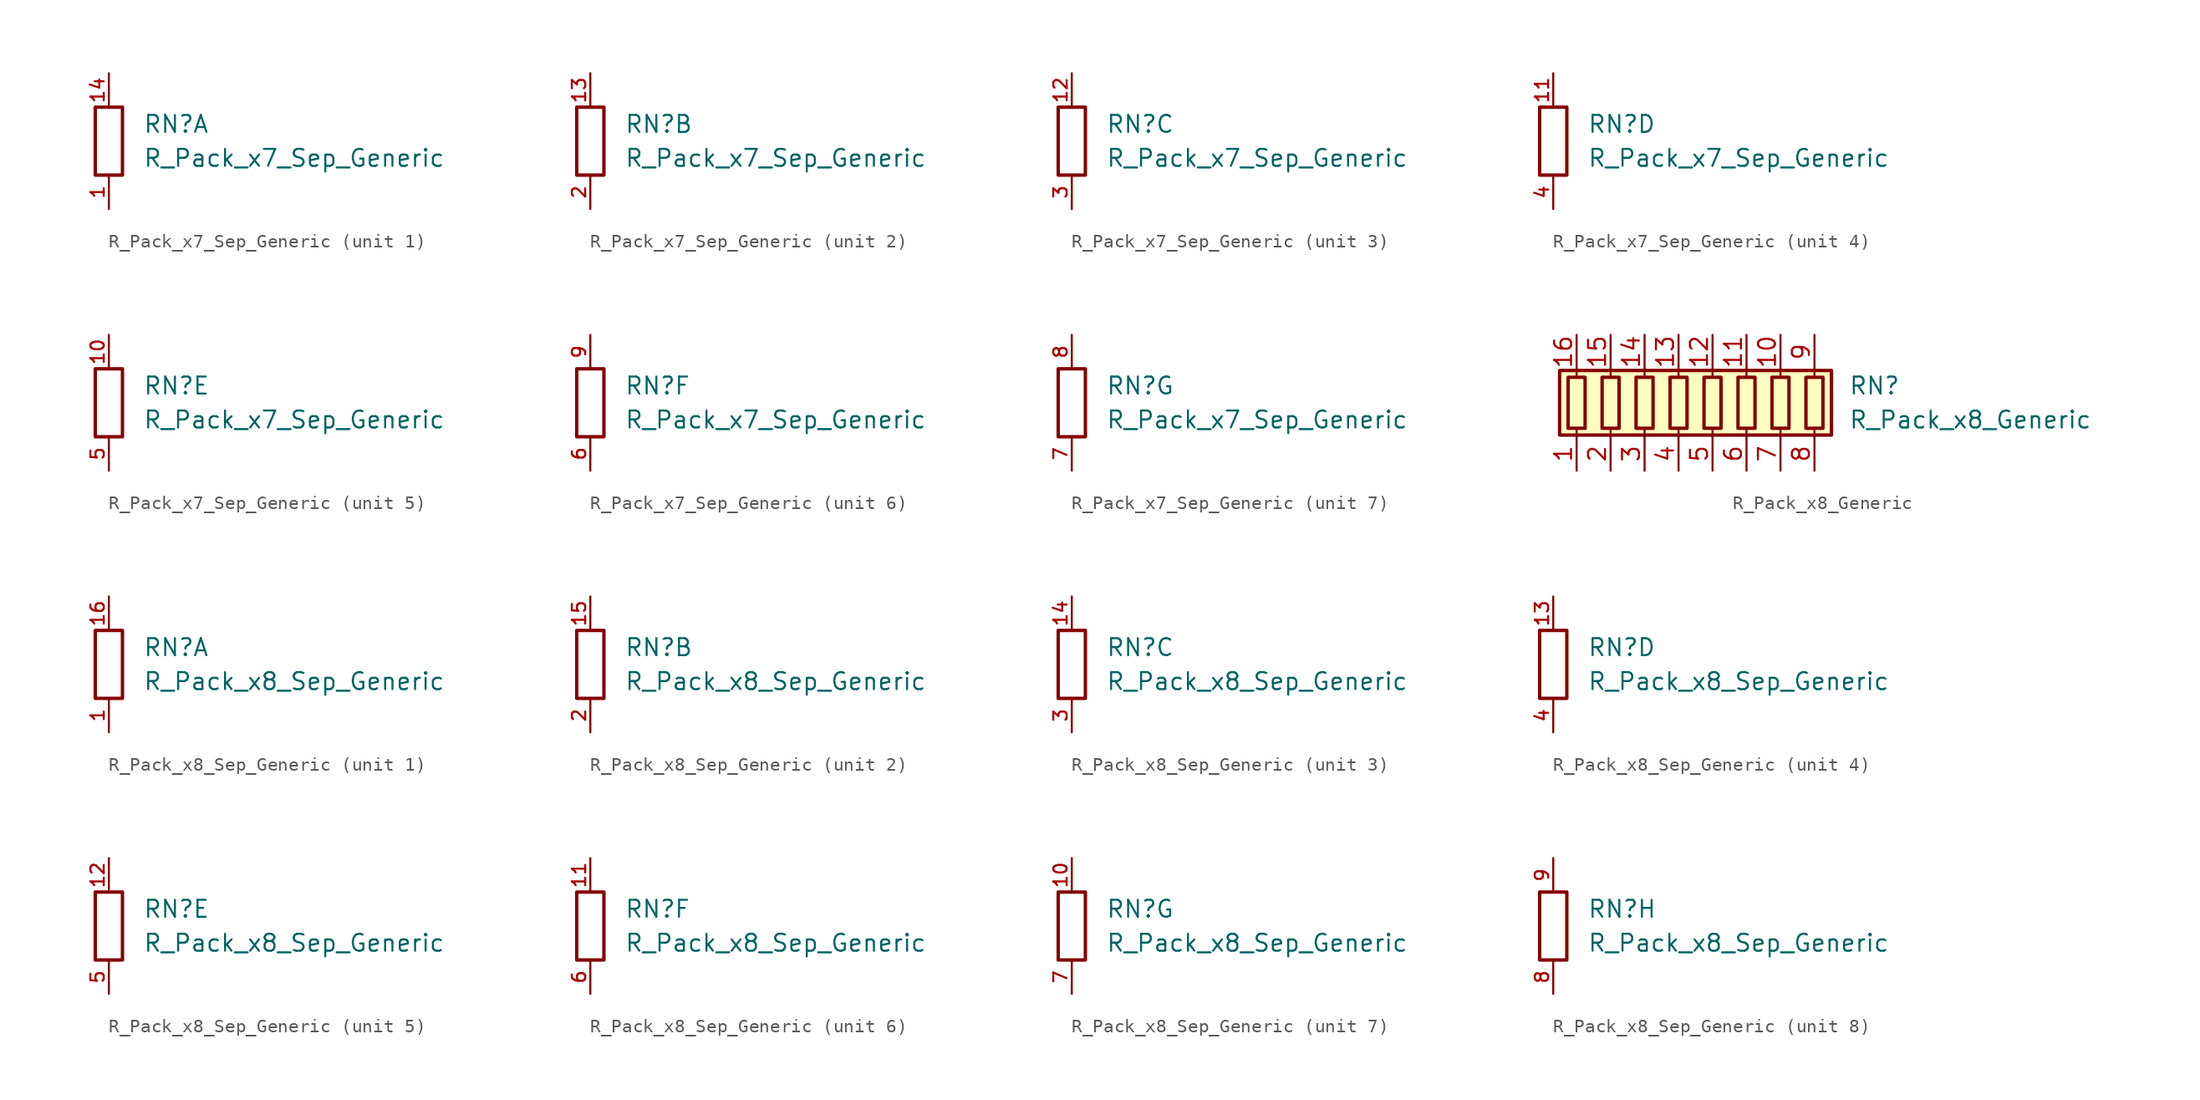
<source format=kicad_sym>
(kicad_symbol_lib
  (version 20211014)
  (generator kicad_symbol_editor)
  (symbol "R_Pack_x7_Sep_Generic"
    (pin_names
      (offset 0.002) hide)
    (property "Reference" "RN"
      (at 2.54 1.27 0)
      (effects (font (size 1.27 1.27)) (justify left)))
    (property "Value" "R_Pack_x7_Sep_Generic"
      (at 2.54 -1.27 0)
      (effects (font (size 1.27 1.27)) (justify left)))
    (symbol "R_Pack_x7_Sep_Generic_0_1"
      (rectangle (start 1.016 2.54) (end -1.016 -2.54) (stroke (width 0.254) (type default) (color 0 0 0 0)) (fill (type none))))
    (symbol "R_Pack_x7_Sep_Generic_1_1"
      (pin passive line (at 0 -5.08 90) (length 2.54) (name "R1.1" (effects (font (size 1.27 1.27)))) (number "1" (effects (font (size 1 1)))))
      (pin passive line (at 0 5.08 270) (length 2.54) (name "R1.2" (effects (font (size 1.27 1.27)))) (number "14" (effects (font (size 1 1))))))
    (symbol "R_Pack_x7_Sep_Generic_2_1"
      (pin passive line (at 0 5.08 270) (length 2.54) (name "R2.2" (effects (font (size 1.27 1.27)))) (number "13" (effects (font (size 1 1)))))
      (pin passive line (at 0 -5.08 90) (length 2.54) (name "R2.1" (effects (font (size 1.27 1.27)))) (number "2" (effects (font (size 1 1))))))
    (symbol "R_Pack_x7_Sep_Generic_3_1"
      (pin passive line (at 0 5.08 270) (length 2.54) (name "R3.2" (effects (font (size 1.27 1.27)))) (number "12" (effects (font (size 1 1)))))
      (pin passive line (at 0 -5.08 90) (length 2.54) (name "R3.1" (effects (font (size 1.27 1.27)))) (number "3" (effects (font (size 1 1))))))
    (symbol "R_Pack_x7_Sep_Generic_4_1"
      (pin passive line (at 0 5.08 270) (length 2.54) (name "R4.2" (effects (font (size 1.27 1.27)))) (number "11" (effects (font (size 1 1)))))
      (pin passive line (at 0 -5.08 90) (length 2.54) (name "R4.1" (effects (font (size 1.27 1.27)))) (number "4" (effects (font (size 1 1))))))
    (symbol "R_Pack_x7_Sep_Generic_5_1"
      (pin passive line (at 0 5.08 270) (length 2.54) (name "R5.2" (effects (font (size 1.27 1.27)))) (number "10" (effects (font (size 1 1)))))
      (pin passive line (at 0 -5.08 90) (length 2.54) (name "R5.1" (effects (font (size 1.27 1.27)))) (number "5" (effects (font (size 1 1))))))
    (symbol "R_Pack_x7_Sep_Generic_6_1"
      (pin passive line (at 0 -5.08 90) (length 2.54) (name "R6.1" (effects (font (size 1.27 1.27)))) (number "6" (effects (font (size 1 1)))))
      (pin passive line (at 0 5.08 270) (length 2.54) (name "R6.2" (effects (font (size 1.27 1.27)))) (number "9" (effects (font (size 1 1))))))
    (symbol "R_Pack_x7_Sep_Generic_7_1"
      (pin passive line (at 0 -5.08 90) (length 2.54) (name "R7" (effects (font (size 1.27 1.27)))) (number "7" (effects (font (size 1 1)))))
      (pin passive line (at 0 5.08 270) (length 2.54) (name "R7.2" (effects (font (size 1.27 1.27)))) (number "8" (effects (font (size 1 1)))))))
  (symbol "R_Pack_x8_Generic"
    (pin_names
      (offset 0.002) hide)
    (property "Reference" "RN"
      (at 10.16 1.27 0)
      (effects (font (size 1.27 1.27)) (justify left)))
    (property "Value" "R_Pack_x8_Generic"
      (at 10.16 -1.27 0)
      (effects (font (size 1.27 1.27)) (justify left)))
    (symbol "R_Pack_x8_Generic_0_1"
      (rectangle (start -11.43 -2.413) (end 8.89 2.413) (stroke (width 0.254) (type default) (color 0 0 0 0)) (fill (type background)))
      (rectangle (start -10.795 1.905) (end -9.525 -1.905) (stroke (width 0.254) (type default) (color 0 0 0 0)) (fill (type none)))
      (rectangle (start -8.255 1.905) (end -6.985 -1.905) (stroke (width 0.254) (type default) (color 0 0 0 0)) (fill (type none)))
      (rectangle (start -5.715 1.905) (end -4.445 -1.905) (stroke (width 0.254) (type default) (color 0 0 0 0)) (fill (type none)))
      (rectangle (start -3.175 1.905) (end -1.905 -1.905) (stroke (width 0.254) (type default) (color 0 0 0 0)) (fill (type none)))
      (rectangle (start -0.635 1.905) (end 0.635 -1.905) (stroke (width 0.254) (type default) (color 0 0 0 0)) (fill (type none)))
      (polyline (pts (xy -10.16 -2.54) (xy -10.16 -1.905)) (stroke (width 0) (type default) (color 0 0 0 0)) (fill (type none)))
      (polyline (pts (xy -10.16 1.905) (xy -10.16 2.54)) (stroke (width 0) (type default) (color 0 0 0 0)) (fill (type none)))
      (polyline (pts (xy -7.62 -2.54) (xy -7.62 -1.905)) (stroke (width 0) (type default) (color 0 0 0 0)) (fill (type none)))
      (polyline (pts (xy -7.62 1.905) (xy -7.62 2.54)) (stroke (width 0) (type default) (color 0 0 0 0)) (fill (type none)))
      (polyline (pts (xy -5.08 -2.54) (xy -5.08 -1.905)) (stroke (width 0) (type default) (color 0 0 0 0)) (fill (type none)))
      (polyline (pts (xy -5.08 1.905) (xy -5.08 2.54)) (stroke (width 0) (type default) (color 0 0 0 0)) (fill (type none)))
      (polyline (pts (xy -2.54 -2.54) (xy -2.54 -1.905)) (stroke (width 0) (type default) (color 0 0 0 0)) (fill (type none)))
      (polyline (pts (xy -2.54 1.905) (xy -2.54 2.54)) (stroke (width 0) (type default) (color 0 0 0 0)) (fill (type none)))
      (polyline (pts (xy 0 -2.54) (xy 0 -1.905)) (stroke (width 0) (type default) (color 0 0 0 0)) (fill (type none)))
      (polyline (pts (xy 0 1.905) (xy 0 2.54)) (stroke (width 0) (type default) (color 0 0 0 0)) (fill (type none)))
      (polyline (pts (xy 2.54 -2.54) (xy 2.54 -1.905)) (stroke (width 0) (type default) (color 0 0 0 0)) (fill (type none)))
      (polyline (pts (xy 2.54 1.905) (xy 2.54 2.54)) (stroke (width 0) (type default) (color 0 0 0 0)) (fill (type none)))
      (polyline (pts (xy 5.08 -2.54) (xy 5.08 -1.905)) (stroke (width 0) (type default) (color 0 0 0 0)) (fill (type none)))
      (polyline (pts (xy 5.08 1.905) (xy 5.08 2.54)) (stroke (width 0) (type default) (color 0 0 0 0)) (fill (type none)))
      (polyline (pts (xy 7.62 -2.54) (xy 7.62 -1.905)) (stroke (width 0) (type default) (color 0 0 0 0)) (fill (type none)))
      (polyline (pts (xy 7.62 1.905) (xy 7.62 2.54)) (stroke (width 0) (type default) (color 0 0 0 0)) (fill (type none)))
      (rectangle (start 1.905 1.905) (end 3.175 -1.905) (stroke (width 0.254) (type default) (color 0 0 0 0)) (fill (type none)))
      (rectangle (start 4.445 1.905) (end 5.715 -1.905) (stroke (width 0.254) (type default) (color 0 0 0 0)) (fill (type none)))
      (rectangle (start 6.985 1.905) (end 8.255 -1.905) (stroke (width 0.254) (type default) (color 0 0 0 0)) (fill (type none))))
    (symbol "R_Pack_x8_Generic_1_1"
      (pin passive line (at -10.16 -5.08 90) (length 2.54) (name "R1.1" (effects (font (size 1.27 1.27)))) (number "1" (effects (font (size 1.27 1.27)))))
      (pin passive line (at 5.08 5.08 270) (length 2.54) (name "R7.2" (effects (font (size 1.27 1.27)))) (number "10" (effects (font (size 1.27 1.27)))))
      (pin passive line (at 2.54 5.08 270) (length 2.54) (name "R6.2" (effects (font (size 1.27 1.27)))) (number "11" (effects (font (size 1.27 1.27)))))
      (pin passive line (at 0 5.08 270) (length 2.54) (name "R5.2" (effects (font (size 1.27 1.27)))) (number "12" (effects (font (size 1.27 1.27)))))
      (pin passive line (at -2.54 5.08 270) (length 2.54) (name "R4.2" (effects (font (size 1.27 1.27)))) (number "13" (effects (font (size 1.27 1.27)))))
      (pin passive line (at -5.08 5.08 270) (length 2.54) (name "R3.2" (effects (font (size 1.27 1.27)))) (number "14" (effects (font (size 1.27 1.27)))))
      (pin passive line (at -7.62 5.08 270) (length 2.54) (name "R2.2" (effects (font (size 1.27 1.27)))) (number "15" (effects (font (size 1.27 1.27)))))
      (pin passive line (at -10.16 5.08 270) (length 2.54) (name "R1.2" (effects (font (size 1.27 1.27)))) (number "16" (effects (font (size 1.27 1.27)))))
      (pin passive line (at -7.62 -5.08 90) (length 2.54) (name "R2.1" (effects (font (size 1.27 1.27)))) (number "2" (effects (font (size 1.27 1.27)))))
      (pin passive line (at -5.08 -5.08 90) (length 2.54) (name "R3.1" (effects (font (size 1.27 1.27)))) (number "3" (effects (font (size 1.27 1.27)))))
      (pin passive line (at -2.54 -5.08 90) (length 2.54) (name "R4.1" (effects (font (size 1.27 1.27)))) (number "4" (effects (font (size 1.27 1.27)))))
      (pin passive line (at 0 -5.08 90) (length 2.54) (name "R5.1" (effects (font (size 1.27 1.27)))) (number "5" (effects (font (size 1.27 1.27)))))
      (pin passive line (at 2.54 -5.08 90) (length 2.54) (name "R6.1" (effects (font (size 1.27 1.27)))) (number "6" (effects (font (size 1.27 1.27)))))
      (pin passive line (at 5.08 -5.08 90) (length 2.54) (name "R7.1" (effects (font (size 1.27 1.27)))) (number "7" (effects (font (size 1.27 1.27)))))
      (pin passive line (at 7.62 -5.08 90) (length 2.54) (name "R8.1" (effects (font (size 1.27 1.27)))) (number "8" (effects (font (size 1.27 1.27)))))
      (pin passive line (at 7.62 5.08 270) (length 2.54) (name "R8.2" (effects (font (size 1.27 1.27)))) (number "9" (effects (font (size 1.27 1.27)))))))
  (symbol "R_Pack_x8_Sep_Generic"
    (pin_names
      (offset 0.002) hide)
    (property "Reference" "RN"
      (at 2.54 1.27 0)
      (effects (font (size 1.27 1.27)) (justify left)))
    (property "Value" "R_Pack_x8_Sep_Generic"
      (at 2.54 -1.27 0)
      (effects (font (size 1.27 1.27)) (justify left)))
    (symbol "R_Pack_x8_Sep_Generic_0_1"
      (rectangle (start 1.016 2.54) (end -1.016 -2.54) (stroke (width 0.254) (type default) (color 0 0 0 0)) (fill (type none))))
    (symbol "R_Pack_x8_Sep_Generic_1_1"
      (pin passive line (at 0 -5.08 90) (length 2.54) (name "R1.1" (effects (font (size 1.27 1.27)))) (number "1" (effects (font (size 1 1)))))
      (pin passive line (at 0 5.08 270) (length 2.54) (name "R1.2" (effects (font (size 1.27 1.27)))) (number "16" (effects (font (size 1 1))))))
    (symbol "R_Pack_x8_Sep_Generic_2_1"
      (pin passive line (at 0 5.08 270) (length 2.54) (name "R2.2" (effects (font (size 1.27 1.27)))) (number "15" (effects (font (size 1 1)))))
      (pin passive line (at 0 -5.08 90) (length 2.54) (name "R2.1" (effects (font (size 1.27 1.27)))) (number "2" (effects (font (size 1 1))))))
    (symbol "R_Pack_x8_Sep_Generic_3_1"
      (pin passive line (at 0 5.08 270) (length 2.54) (name "R3.2" (effects (font (size 1.27 1.27)))) (number "14" (effects (font (size 1 1)))))
      (pin passive line (at 0 -5.08 90) (length 2.54) (name "R3.1" (effects (font (size 1.27 1.27)))) (number "3" (effects (font (size 1 1))))))
    (symbol "R_Pack_x8_Sep_Generic_4_1"
      (pin passive line (at 0 5.08 270) (length 2.54) (name "R4.2" (effects (font (size 1.27 1.27)))) (number "13" (effects (font (size 1 1)))))
      (pin passive line (at 0 -5.08 90) (length 2.54) (name "R4.1" (effects (font (size 1.27 1.27)))) (number "4" (effects (font (size 1 1))))))
    (symbol "R_Pack_x8_Sep_Generic_5_1"
      (pin passive line (at 0 5.08 270) (length 2.54) (name "R5.2" (effects (font (size 1.27 1.27)))) (number "12" (effects (font (size 1 1)))))
      (pin passive line (at 0 -5.08 90) (length 2.54) (name "R5.1" (effects (font (size 1.27 1.27)))) (number "5" (effects (font (size 1 1))))))
    (symbol "R_Pack_x8_Sep_Generic_6_1"
      (pin passive line (at 0 5.08 270) (length 2.54) (name "R6.2" (effects (font (size 1.27 1.27)))) (number "11" (effects (font (size 1 1)))))
      (pin passive line (at 0 -5.08 90) (length 2.54) (name "R6.1" (effects (font (size 1.27 1.27)))) (number "6" (effects (font (size 1 1))))))
    (symbol "R_Pack_x8_Sep_Generic_7_1"
      (pin passive line (at 0 5.08 270) (length 2.54) (name "R7.2" (effects (font (size 1.27 1.27)))) (number "10" (effects (font (size 1 1)))))
      (pin passive line (at 0 -5.08 90) (length 2.54) (name "R7.1" (effects (font (size 1.27 1.27)))) (number "7" (effects (font (size 1 1))))))
    (symbol "R_Pack_x8_Sep_Generic_8_1"
      (pin passive line (at 0 -5.08 90) (length 2.54) (name "R8.1" (effects (font (size 1.27 1.27)))) (number "8" (effects (font (size 1 1)))))
      (pin passive line (at 0 5.08 270) (length 2.54) (name "R8.2" (effects (font (size 1.27 1.27)))) (number "9" (effects (font (size 1 1))))))))
</source>
